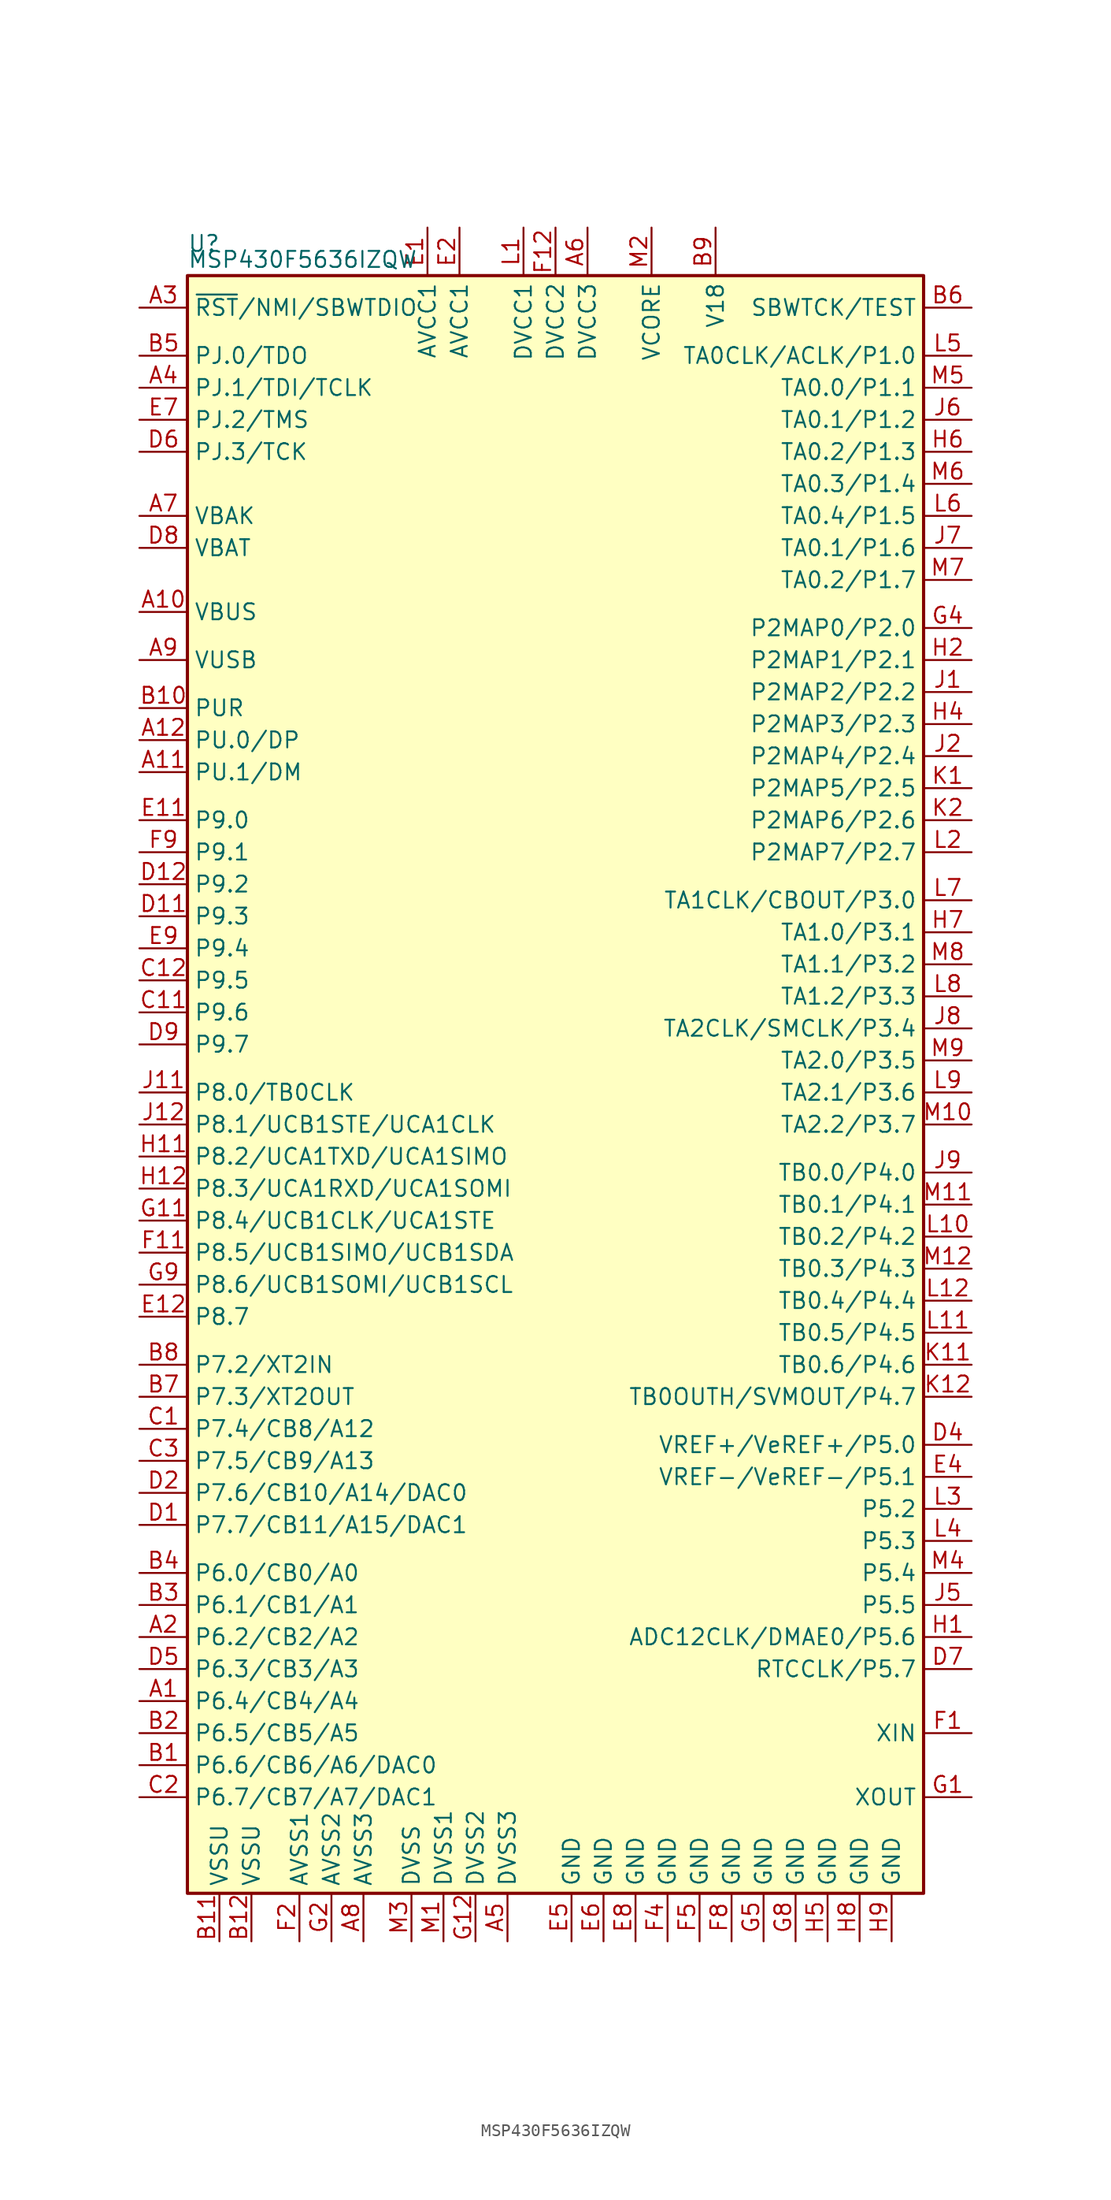
<source format=kicad_sym>
(kicad_symbol_lib
  (version 20201005)
  (generator kicad_symbol_editor)
  (symbol "MSP430F5636IZQW"
    (property "Reference" "U"
      (at -29.21 66.04 0)
      (effects (font (size 1.27 1.27)) (justify left)))
    (property "Value" "MSP430F5636IZQW"
      (at -29.21 64.77 0)
      (effects (font (size 1.27 1.27)) (justify left)))
    (symbol "MSP430F5636IZQW_0_1"
      (rectangle (start -29.21 63.5) (end 29.21 -64.77) (stroke (width 0.254)) (fill (type background))))
    (symbol "MSP430F5636IZQW_1_1"
      (pin bidirectional line (at -33.02 -49.53 0) (length 3.81) (name "P6.4/CB4/A4" (effects (font (size 1.27 1.27)))) (number "A1" (effects (font (size 1.27 1.27)))))
      (pin bidirectional line (at -33.02 36.83 0) (length 3.81) (name "VBUS" (effects (font (size 1.27 1.27)))) (number "A10" (effects (font (size 1.27 1.27)))))
      (pin bidirectional line (at -33.02 24.13 0) (length 3.81) (name "PU.1/DM" (effects (font (size 1.27 1.27)))) (number "A11" (effects (font (size 1.27 1.27)))))
      (pin bidirectional line (at -33.02 26.67 0) (length 3.81) (name "PU.0/DP" (effects (font (size 1.27 1.27)))) (number "A12" (effects (font (size 1.27 1.27)))))
      (pin bidirectional line (at -33.02 -44.45 0) (length 3.81) (name "P6.2/CB2/A2" (effects (font (size 1.27 1.27)))) (number "A2" (effects (font (size 1.27 1.27)))))
      (pin input line (at -33.02 60.96 0) (length 3.81) (name "~RST~/NMI/SBWTDIO" (effects (font (size 1.27 1.27)))) (number "A3" (effects (font (size 1.27 1.27)))))
      (pin bidirectional line (at -33.02 54.61 0) (length 3.81) (name "PJ.1/TDI/TCLK" (effects (font (size 1.27 1.27)))) (number "A4" (effects (font (size 1.27 1.27)))))
      (pin power_in line (at -3.81 -68.58 90) (length 3.81) (name "DVSS3" (effects (font (size 1.27 1.27)))) (number "A5" (effects (font (size 1.27 1.27)))))
      (pin power_in line (at 2.54 67.31 270) (length 3.81) (name "DVCC3" (effects (font (size 1.27 1.27)))) (number "A6" (effects (font (size 1.27 1.27)))))
      (pin bidirectional line (at -33.02 44.45 0) (length 3.81) (name "VBAK" (effects (font (size 1.27 1.27)))) (number "A7" (effects (font (size 1.27 1.27)))))
      (pin power_in line (at -15.24 -68.58 90) (length 3.81) (name "AVSS3" (effects (font (size 1.27 1.27)))) (number "A8" (effects (font (size 1.27 1.27)))))
      (pin bidirectional line (at -33.02 33.02 0) (length 3.81) (name "VUSB" (effects (font (size 1.27 1.27)))) (number "A9" (effects (font (size 1.27 1.27)))))
      (pin bidirectional line (at -33.02 -54.61 0) (length 3.81) (name "P6.6/CB6/A6/DAC0" (effects (font (size 1.27 1.27)))) (number "B1" (effects (font (size 1.27 1.27)))))
      (pin bidirectional line (at -33.02 29.21 0) (length 3.81) (name "PUR" (effects (font (size 1.27 1.27)))) (number "B10" (effects (font (size 1.27 1.27)))))
      (pin power_in line (at -26.67 -68.58 90) (length 3.81) (name "VSSU" (effects (font (size 1.27 1.27)))) (number "B11" (effects (font (size 1.27 1.27)))))
      (pin power_in line (at -24.13 -68.58 90) (length 3.81) (name "VSSU" (effects (font (size 1.27 1.27)))) (number "B12" (effects (font (size 1.27 1.27)))))
      (pin bidirectional line (at -33.02 -52.07 0) (length 3.81) (name "P6.5/CB5/A5" (effects (font (size 1.27 1.27)))) (number "B2" (effects (font (size 1.27 1.27)))))
      (pin bidirectional line (at -33.02 -41.91 0) (length 3.81) (name "P6.1/CB1/A1" (effects (font (size 1.27 1.27)))) (number "B3" (effects (font (size 1.27 1.27)))))
      (pin bidirectional line (at -33.02 -39.37 0) (length 3.81) (name "P6.0/CB0/A0" (effects (font (size 1.27 1.27)))) (number "B4" (effects (font (size 1.27 1.27)))))
      (pin bidirectional line (at -33.02 57.15 0) (length 3.81) (name "PJ.0/TDO" (effects (font (size 1.27 1.27)))) (number "B5" (effects (font (size 1.27 1.27)))))
      (pin input line (at 33.02 60.96 180) (length 3.81) (name "SBWTCK/TEST" (effects (font (size 1.27 1.27)))) (number "B6" (effects (font (size 1.27 1.27)))))
      (pin bidirectional line (at -33.02 -25.4 0) (length 3.81) (name "P7.3/XT2OUT" (effects (font (size 1.27 1.27)))) (number "B7" (effects (font (size 1.27 1.27)))))
      (pin bidirectional line (at -33.02 -22.86 0) (length 3.81) (name "P7.2/XT2IN" (effects (font (size 1.27 1.27)))) (number "B8" (effects (font (size 1.27 1.27)))))
      (pin passive line (at 12.7 67.31 270) (length 3.81) (name "V18" (effects (font (size 1.27 1.27)))) (number "B9" (effects (font (size 1.27 1.27)))))
      (pin bidirectional line (at -33.02 -27.94 0) (length 3.81) (name "P7.4/CB8/A12" (effects (font (size 1.27 1.27)))) (number "C1" (effects (font (size 1.27 1.27)))))
      (pin bidirectional line (at -33.02 5.08 0) (length 3.81) (name "P9.6" (effects (font (size 1.27 1.27)))) (number "C11" (effects (font (size 1.27 1.27)))))
      (pin bidirectional line (at -33.02 7.62 0) (length 3.81) (name "P9.5" (effects (font (size 1.27 1.27)))) (number "C12" (effects (font (size 1.27 1.27)))))
      (pin bidirectional line (at -33.02 -57.15 0) (length 3.81) (name "P6.7/CB7/A7/DAC1" (effects (font (size 1.27 1.27)))) (number "C2" (effects (font (size 1.27 1.27)))))
      (pin bidirectional line (at -33.02 -30.48 0) (length 3.81) (name "P7.5/CB9/A13" (effects (font (size 1.27 1.27)))) (number "C3" (effects (font (size 1.27 1.27)))))
      (pin bidirectional line (at -33.02 -35.56 0) (length 3.81) (name "P7.7/CB11/A15/DAC1" (effects (font (size 1.27 1.27)))) (number "D1" (effects (font (size 1.27 1.27)))))
      (pin bidirectional line (at -33.02 12.7 0) (length 3.81) (name "P9.3" (effects (font (size 1.27 1.27)))) (number "D11" (effects (font (size 1.27 1.27)))))
      (pin bidirectional line (at -33.02 15.24 0) (length 3.81) (name "P9.2" (effects (font (size 1.27 1.27)))) (number "D12" (effects (font (size 1.27 1.27)))))
      (pin bidirectional line (at -33.02 -33.02 0) (length 3.81) (name "P7.6/CB10/A14/DAC0" (effects (font (size 1.27 1.27)))) (number "D2" (effects (font (size 1.27 1.27)))))
      (pin bidirectional line (at 33.02 -29.21 180) (length 3.81) (name "VREF+/VeREF+/P5.0" (effects (font (size 1.27 1.27)))) (number "D4" (effects (font (size 1.27 1.27)))))
      (pin bidirectional line (at -33.02 -46.99 0) (length 3.81) (name "P6.3/CB3/A3" (effects (font (size 1.27 1.27)))) (number "D5" (effects (font (size 1.27 1.27)))))
      (pin bidirectional line (at -33.02 49.53 0) (length 3.81) (name "PJ.3/TCK" (effects (font (size 1.27 1.27)))) (number "D6" (effects (font (size 1.27 1.27)))))
      (pin bidirectional line (at 33.02 -46.99 180) (length 3.81) (name "RTCCLK/P5.7" (effects (font (size 1.27 1.27)))) (number "D7" (effects (font (size 1.27 1.27)))))
      (pin bidirectional line (at -33.02 41.91 0) (length 3.81) (name "VBAT" (effects (font (size 1.27 1.27)))) (number "D8" (effects (font (size 1.27 1.27)))))
      (pin bidirectional line (at -33.02 2.54 0) (length 3.81) (name "P9.7" (effects (font (size 1.27 1.27)))) (number "D9" (effects (font (size 1.27 1.27)))))
      (pin power_in line (at -10.16 67.31 270) (length 3.81) (name "AVCC1" (effects (font (size 1.27 1.27)))) (number "E1" (effects (font (size 1.27 1.27)))))
      (pin bidirectional line (at -33.02 20.32 0) (length 3.81) (name "P9.0" (effects (font (size 1.27 1.27)))) (number "E11" (effects (font (size 1.27 1.27)))))
      (pin bidirectional line (at -33.02 -19.05 0) (length 3.81) (name "P8.7" (effects (font (size 1.27 1.27)))) (number "E12" (effects (font (size 1.27 1.27)))))
      (pin power_in line (at -7.62 67.31 270) (length 3.81) (name "AVCC1" (effects (font (size 1.27 1.27)))) (number "E2" (effects (font (size 1.27 1.27)))))
      (pin bidirectional line (at 33.02 -31.75 180) (length 3.81) (name "VREF-/VeREF-/P5.1" (effects (font (size 1.27 1.27)))) (number "E4" (effects (font (size 1.27 1.27)))))
      (pin power_in line (at 1.27 -68.58 90) (length 3.81) (name "GND" (effects (font (size 1.27 1.27)))) (number "E5" (effects (font (size 1.27 1.27)))))
      (pin power_in line (at 3.81 -68.58 90) (length 3.81) (name "GND" (effects (font (size 1.27 1.27)))) (number "E6" (effects (font (size 1.27 1.27)))))
      (pin bidirectional line (at -33.02 52.07 0) (length 3.81) (name "PJ.2/TMS" (effects (font (size 1.27 1.27)))) (number "E7" (effects (font (size 1.27 1.27)))))
      (pin power_in line (at 6.35 -68.58 90) (length 3.81) (name "GND" (effects (font (size 1.27 1.27)))) (number "E8" (effects (font (size 1.27 1.27)))))
      (pin bidirectional line (at -33.02 10.16 0) (length 3.81) (name "P9.4" (effects (font (size 1.27 1.27)))) (number "E9" (effects (font (size 1.27 1.27)))))
      (pin bidirectional line (at 33.02 -52.07 180) (length 3.81) (name "XIN" (effects (font (size 1.27 1.27)))) (number "F1" (effects (font (size 1.27 1.27)))))
      (pin bidirectional line (at -33.02 -13.97 0) (length 3.81) (name "P8.5/UCB1SIMO/UCB1SDA" (effects (font (size 1.27 1.27)))) (number "F11" (effects (font (size 1.27 1.27)))))
      (pin power_in line (at 0 67.31 270) (length 3.81) (name "DVCC2" (effects (font (size 1.27 1.27)))) (number "F12" (effects (font (size 1.27 1.27)))))
      (pin power_in line (at -20.32 -68.58 90) (length 3.81) (name "AVSS1" (effects (font (size 1.27 1.27)))) (number "F2" (effects (font (size 1.27 1.27)))))
      (pin power_in line (at 8.89 -68.58 90) (length 3.81) (name "GND" (effects (font (size 1.27 1.27)))) (number "F4" (effects (font (size 1.27 1.27)))))
      (pin power_in line (at 11.43 -68.58 90) (length 3.81) (name "GND" (effects (font (size 1.27 1.27)))) (number "F5" (effects (font (size 1.27 1.27)))))
      (pin power_in line (at 13.97 -68.58 90) (length 3.81) (name "GND" (effects (font (size 1.27 1.27)))) (number "F8" (effects (font (size 1.27 1.27)))))
      (pin bidirectional line (at -33.02 17.78 0) (length 3.81) (name "P9.1" (effects (font (size 1.27 1.27)))) (number "F9" (effects (font (size 1.27 1.27)))))
      (pin bidirectional line (at 33.02 -57.15 180) (length 3.81) (name "XOUT" (effects (font (size 1.27 1.27)))) (number "G1" (effects (font (size 1.27 1.27)))))
      (pin bidirectional line (at -33.02 -11.43 0) (length 3.81) (name "P8.4/UCB1CLK/UCA1STE" (effects (font (size 1.27 1.27)))) (number "G11" (effects (font (size 1.27 1.27)))))
      (pin power_in line (at -6.35 -68.58 90) (length 3.81) (name "DVSS2" (effects (font (size 1.27 1.27)))) (number "G12" (effects (font (size 1.27 1.27)))))
      (pin power_in line (at -17.78 -68.58 90) (length 3.81) (name "AVSS2" (effects (font (size 1.27 1.27)))) (number "G2" (effects (font (size 1.27 1.27)))))
      (pin bidirectional line (at 33.02 35.56 180) (length 3.81) (name "P2MAP0/P2.0" (effects (font (size 1.27 1.27)))) (number "G4" (effects (font (size 1.27 1.27)))))
      (pin power_in line (at 16.51 -68.58 90) (length 3.81) (name "GND" (effects (font (size 1.27 1.27)))) (number "G5" (effects (font (size 1.27 1.27)))))
      (pin power_in line (at 19.05 -68.58 90) (length 3.81) (name "GND" (effects (font (size 1.27 1.27)))) (number "G8" (effects (font (size 1.27 1.27)))))
      (pin bidirectional line (at -33.02 -16.51 0) (length 3.81) (name "P8.6/UCB1SOMI/UCB1SCL" (effects (font (size 1.27 1.27)))) (number "G9" (effects (font (size 1.27 1.27)))))
      (pin bidirectional line (at 33.02 -44.45 180) (length 3.81) (name "ADC12CLK/DMAE0/P5.6" (effects (font (size 1.27 1.27)))) (number "H1" (effects (font (size 1.27 1.27)))))
      (pin bidirectional line (at -33.02 -6.35 0) (length 3.81) (name "P8.2/UCA1TXD/UCA1SIMO" (effects (font (size 1.27 1.27)))) (number "H11" (effects (font (size 1.27 1.27)))))
      (pin bidirectional line (at -33.02 -8.89 0) (length 3.81) (name "P8.3/UCA1RXD/UCA1SOMI" (effects (font (size 1.27 1.27)))) (number "H12" (effects (font (size 1.27 1.27)))))
      (pin bidirectional line (at 33.02 33.02 180) (length 3.81) (name "P2MAP1/P2.1" (effects (font (size 1.27 1.27)))) (number "H2" (effects (font (size 1.27 1.27)))))
      (pin bidirectional line (at 33.02 27.94 180) (length 3.81) (name "P2MAP3/P2.3" (effects (font (size 1.27 1.27)))) (number "H4" (effects (font (size 1.27 1.27)))))
      (pin power_in line (at 21.59 -68.58 90) (length 3.81) (name "GND" (effects (font (size 1.27 1.27)))) (number "H5" (effects (font (size 1.27 1.27)))))
      (pin bidirectional line (at 33.02 49.53 180) (length 3.81) (name "TA0.2/P1.3" (effects (font (size 1.27 1.27)))) (number "H6" (effects (font (size 1.27 1.27)))))
      (pin bidirectional line (at 33.02 11.43 180) (length 3.81) (name "TA1.0/P3.1" (effects (font (size 1.27 1.27)))) (number "H7" (effects (font (size 1.27 1.27)))))
      (pin power_in line (at 24.13 -68.58 90) (length 3.81) (name "GND" (effects (font (size 1.27 1.27)))) (number "H8" (effects (font (size 1.27 1.27)))))
      (pin power_in line (at 26.67 -68.58 90) (length 3.81) (name "GND" (effects (font (size 1.27 1.27)))) (number "H9" (effects (font (size 1.27 1.27)))))
      (pin bidirectional line (at 33.02 30.48 180) (length 3.81) (name "P2MAP2/P2.2" (effects (font (size 1.27 1.27)))) (number "J1" (effects (font (size 1.27 1.27)))))
      (pin bidirectional line (at -33.02 -1.27 0) (length 3.81) (name "P8.0/TB0CLK" (effects (font (size 1.27 1.27)))) (number "J11" (effects (font (size 1.27 1.27)))))
      (pin bidirectional line (at -33.02 -3.81 0) (length 3.81) (name "P8.1/UCB1STE/UCA1CLK" (effects (font (size 1.27 1.27)))) (number "J12" (effects (font (size 1.27 1.27)))))
      (pin bidirectional line (at 33.02 25.4 180) (length 3.81) (name "P2MAP4/P2.4" (effects (font (size 1.27 1.27)))) (number "J2" (effects (font (size 1.27 1.27)))))
      (pin bidirectional line (at 33.02 -41.91 180) (length 3.81) (name "P5.5" (effects (font (size 1.27 1.27)))) (number "J5" (effects (font (size 1.27 1.27)))))
      (pin bidirectional line (at 33.02 52.07 180) (length 3.81) (name "TA0.1/P1.2" (effects (font (size 1.27 1.27)))) (number "J6" (effects (font (size 1.27 1.27)))))
      (pin bidirectional line (at 33.02 41.91 180) (length 3.81) (name "TA0.1/P1.6" (effects (font (size 1.27 1.27)))) (number "J7" (effects (font (size 1.27 1.27)))))
      (pin bidirectional line (at 33.02 3.81 180) (length 3.81) (name "TA2CLK/SMCLK/P3.4" (effects (font (size 1.27 1.27)))) (number "J8" (effects (font (size 1.27 1.27)))))
      (pin bidirectional line (at 33.02 -7.62 180) (length 3.81) (name "TB0.0/P4.0" (effects (font (size 1.27 1.27)))) (number "J9" (effects (font (size 1.27 1.27)))))
      (pin bidirectional line (at 33.02 22.86 180) (length 3.81) (name "P2MAP5/P2.5" (effects (font (size 1.27 1.27)))) (number "K1" (effects (font (size 1.27 1.27)))))
      (pin bidirectional line (at 33.02 -22.86 180) (length 3.81) (name "TB0.6/P4.6" (effects (font (size 1.27 1.27)))) (number "K11" (effects (font (size 1.27 1.27)))))
      (pin bidirectional line (at 33.02 -25.4 180) (length 3.81) (name "TB0OUTH/SVMOUT/P4.7" (effects (font (size 1.27 1.27)))) (number "K12" (effects (font (size 1.27 1.27)))))
      (pin bidirectional line (at 33.02 20.32 180) (length 3.81) (name "P2MAP6/P2.6" (effects (font (size 1.27 1.27)))) (number "K2" (effects (font (size 1.27 1.27)))))
      (pin power_in line (at -2.54 67.31 270) (length 3.81) (name "DVCC1" (effects (font (size 1.27 1.27)))) (number "L1" (effects (font (size 1.27 1.27)))))
      (pin bidirectional line (at 33.02 -12.7 180) (length 3.81) (name "TB0.2/P4.2" (effects (font (size 1.27 1.27)))) (number "L10" (effects (font (size 1.27 1.27)))))
      (pin bidirectional line (at 33.02 -20.32 180) (length 3.81) (name "TB0.5/P4.5" (effects (font (size 1.27 1.27)))) (number "L11" (effects (font (size 1.27 1.27)))))
      (pin bidirectional line (at 33.02 -17.78 180) (length 3.81) (name "TB0.4/P4.4" (effects (font (size 1.27 1.27)))) (number "L12" (effects (font (size 1.27 1.27)))))
      (pin bidirectional line (at 33.02 17.78 180) (length 3.81) (name "P2MAP7/P2.7" (effects (font (size 1.27 1.27)))) (number "L2" (effects (font (size 1.27 1.27)))))
      (pin bidirectional line (at 33.02 -34.29 180) (length 3.81) (name "P5.2" (effects (font (size 1.27 1.27)))) (number "L3" (effects (font (size 1.27 1.27)))))
      (pin bidirectional line (at 33.02 -36.83 180) (length 3.81) (name "P5.3" (effects (font (size 1.27 1.27)))) (number "L4" (effects (font (size 1.27 1.27)))))
      (pin bidirectional line (at 33.02 57.15 180) (length 3.81) (name "TA0CLK/ACLK/P1.0" (effects (font (size 1.27 1.27)))) (number "L5" (effects (font (size 1.27 1.27)))))
      (pin bidirectional line (at 33.02 44.45 180) (length 3.81) (name "TA0.4/P1.5" (effects (font (size 1.27 1.27)))) (number "L6" (effects (font (size 1.27 1.27)))))
      (pin bidirectional line (at 33.02 13.97 180) (length 3.81) (name "TA1CLK/CBOUT/P3.0" (effects (font (size 1.27 1.27)))) (number "L7" (effects (font (size 1.27 1.27)))))
      (pin bidirectional line (at 33.02 6.35 180) (length 3.81) (name "TA1.2/P3.3" (effects (font (size 1.27 1.27)))) (number "L8" (effects (font (size 1.27 1.27)))))
      (pin bidirectional line (at 33.02 -1.27 180) (length 3.81) (name "TA2.1/P3.6" (effects (font (size 1.27 1.27)))) (number "L9" (effects (font (size 1.27 1.27)))))
      (pin power_in line (at -8.89 -68.58 90) (length 3.81) (name "DVSS1" (effects (font (size 1.27 1.27)))) (number "M1" (effects (font (size 1.27 1.27)))))
      (pin bidirectional line (at 33.02 -3.81 180) (length 3.81) (name "TA2.2/P3.7" (effects (font (size 1.27 1.27)))) (number "M10" (effects (font (size 1.27 1.27)))))
      (pin bidirectional line (at 33.02 -10.16 180) (length 3.81) (name "TB0.1/P4.1" (effects (font (size 1.27 1.27)))) (number "M11" (effects (font (size 1.27 1.27)))))
      (pin bidirectional line (at 33.02 -15.24 180) (length 3.81) (name "TB0.3/P4.3" (effects (font (size 1.27 1.27)))) (number "M12" (effects (font (size 1.27 1.27)))))
      (pin bidirectional line (at 7.62 67.31 270) (length 3.81) (name "VCORE" (effects (font (size 1.27 1.27)))) (number "M2" (effects (font (size 1.27 1.27)))))
      (pin power_in line (at -11.43 -68.58 90) (length 3.81) (name "DVSS" (effects (font (size 1.27 1.27)))) (number "M3" (effects (font (size 1.27 1.27)))))
      (pin bidirectional line (at 33.02 -39.37 180) (length 3.81) (name "P5.4" (effects (font (size 1.27 1.27)))) (number "M4" (effects (font (size 1.27 1.27)))))
      (pin bidirectional line (at 33.02 54.61 180) (length 3.81) (name "TA0.0/P1.1" (effects (font (size 1.27 1.27)))) (number "M5" (effects (font (size 1.27 1.27)))))
      (pin bidirectional line (at 33.02 46.99 180) (length 3.81) (name "TA0.3/P1.4" (effects (font (size 1.27 1.27)))) (number "M6" (effects (font (size 1.27 1.27)))))
      (pin bidirectional line (at 33.02 39.37 180) (length 3.81) (name "TA0.2/P1.7" (effects (font (size 1.27 1.27)))) (number "M7" (effects (font (size 1.27 1.27)))))
      (pin bidirectional line (at 33.02 8.89 180) (length 3.81) (name "TA1.1/P3.2" (effects (font (size 1.27 1.27)))) (number "M8" (effects (font (size 1.27 1.27)))))
      (pin bidirectional line (at 33.02 1.27 180) (length 3.81) (name "TA2.0/P3.5" (effects (font (size 1.27 1.27)))) (number "M9" (effects (font (size 1.27 1.27))))))))
</source>
